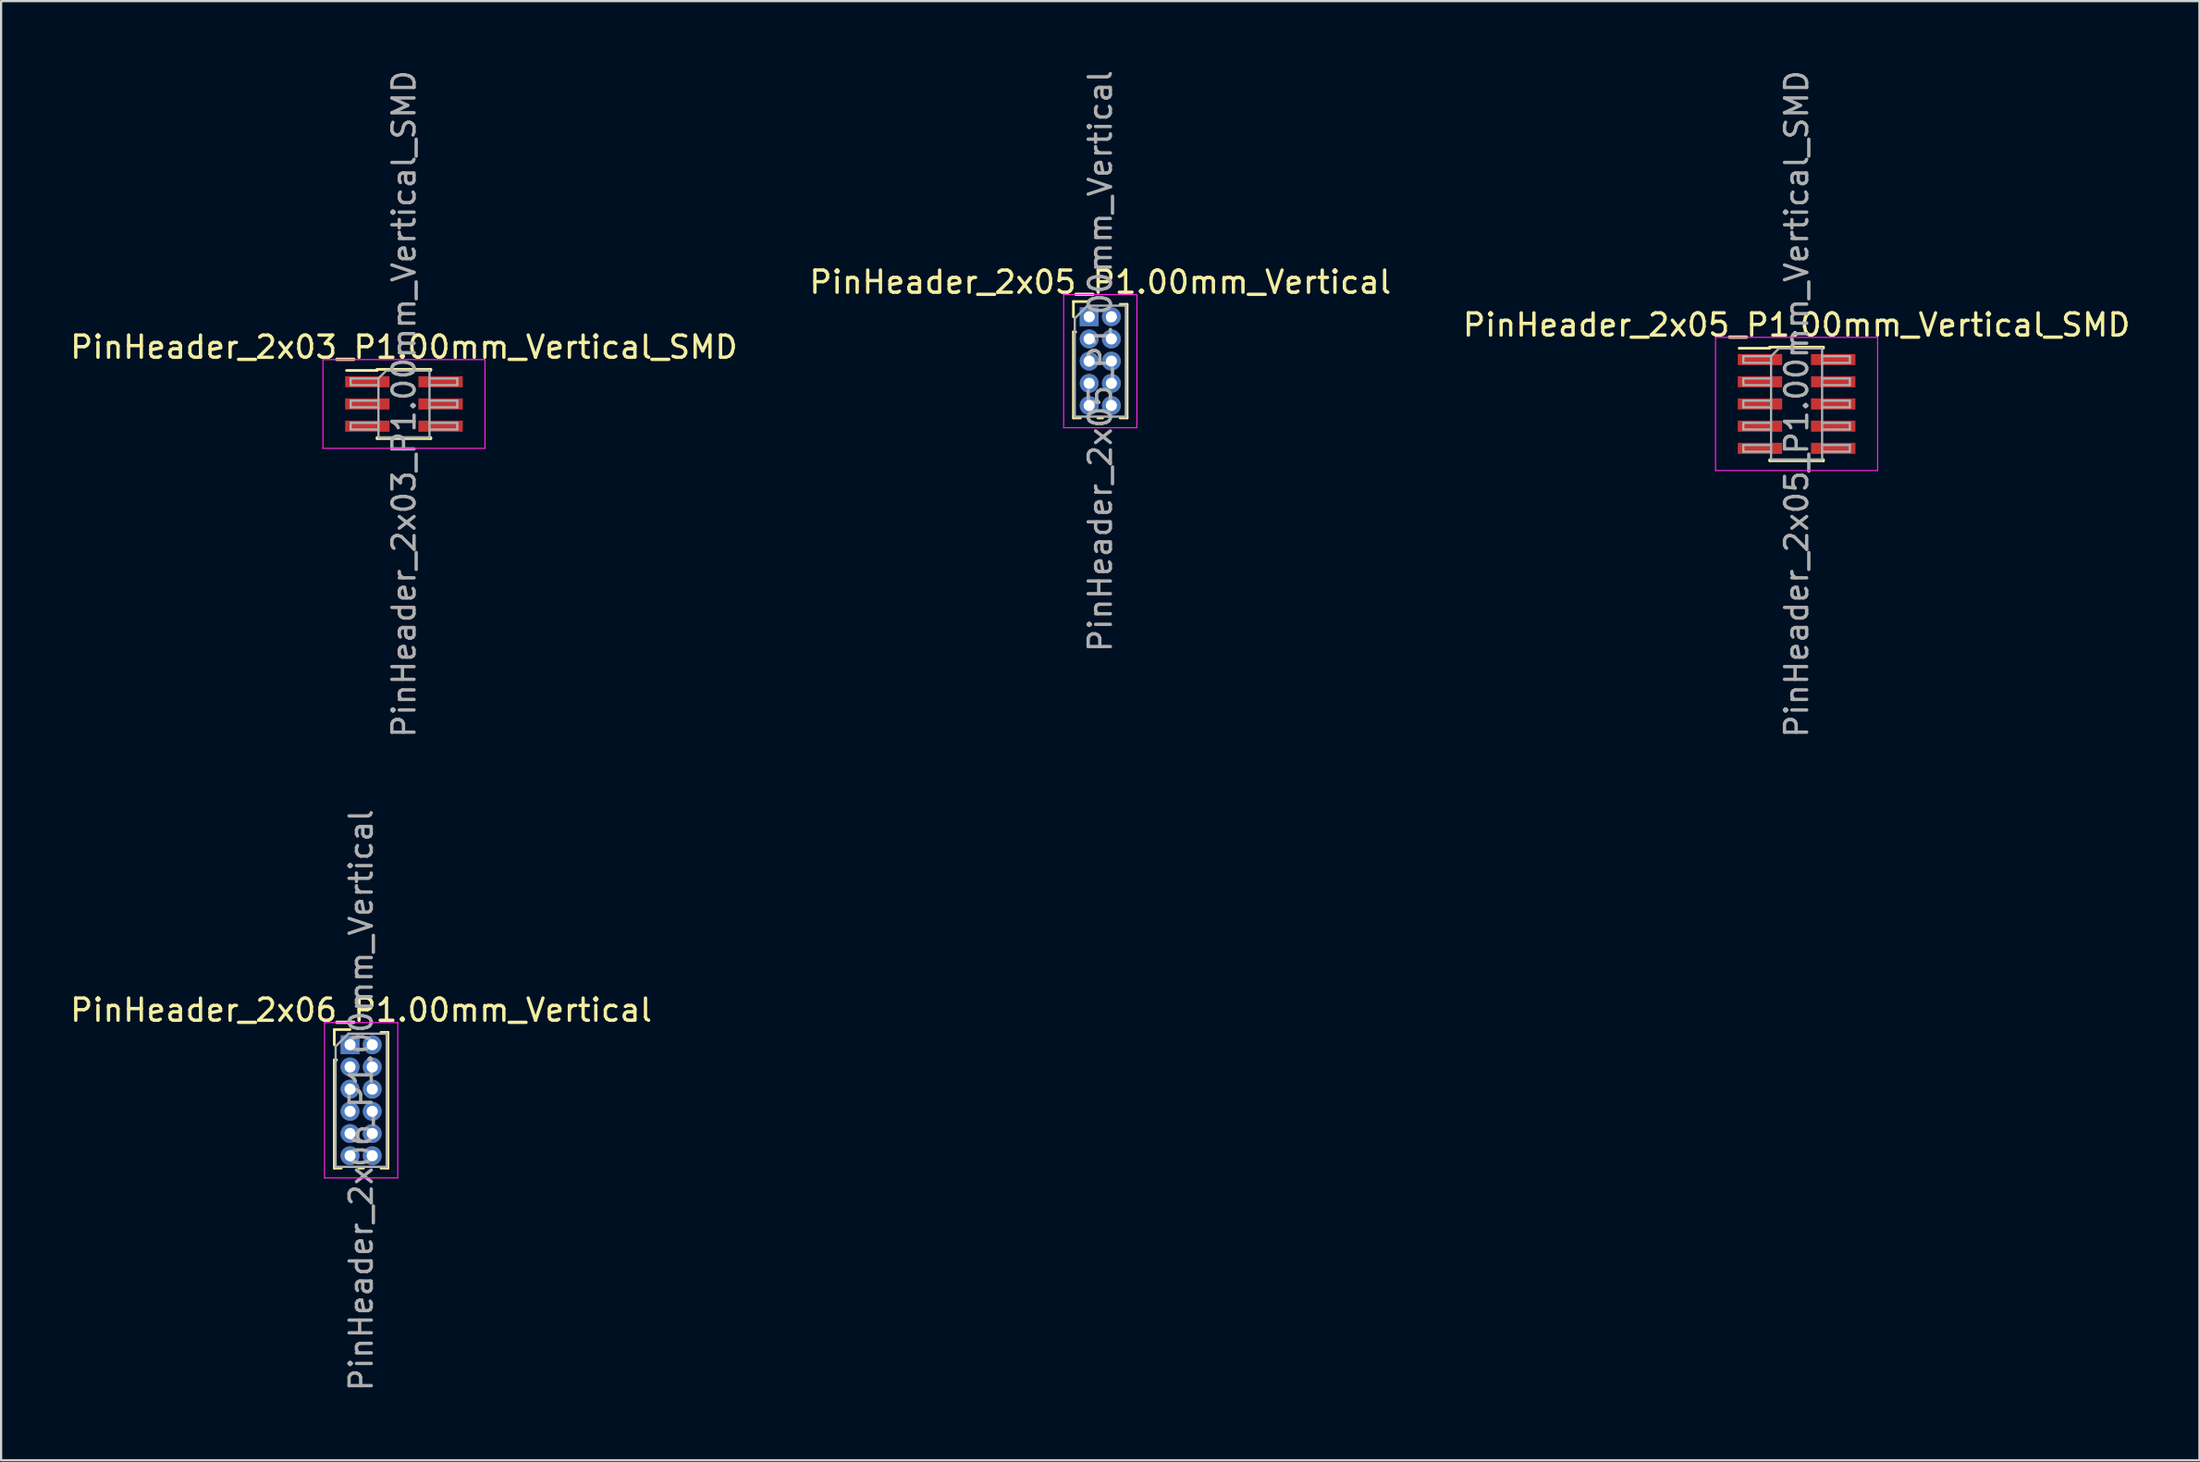
<source format=kicad_pcb>
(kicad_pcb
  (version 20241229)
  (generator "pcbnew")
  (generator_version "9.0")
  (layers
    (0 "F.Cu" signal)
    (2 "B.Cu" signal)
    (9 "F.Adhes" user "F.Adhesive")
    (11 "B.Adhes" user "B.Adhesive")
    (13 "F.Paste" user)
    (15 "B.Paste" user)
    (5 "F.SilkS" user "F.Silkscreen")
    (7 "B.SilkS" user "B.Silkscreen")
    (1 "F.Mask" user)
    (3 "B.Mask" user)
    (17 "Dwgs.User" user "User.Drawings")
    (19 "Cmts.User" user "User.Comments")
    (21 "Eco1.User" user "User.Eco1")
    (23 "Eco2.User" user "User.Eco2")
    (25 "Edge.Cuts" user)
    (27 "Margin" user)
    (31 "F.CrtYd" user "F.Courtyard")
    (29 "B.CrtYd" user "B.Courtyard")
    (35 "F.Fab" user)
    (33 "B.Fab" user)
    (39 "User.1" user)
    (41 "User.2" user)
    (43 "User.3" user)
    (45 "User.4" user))
  (footprint "PinHeader_2x03_P1.00mm_Vertical_SMD"
    (layer "F.Cu")
    (at 15.149 15.149)
    (property "Reference" "PinHeader_2x03_P1.00mm_Vertical_SMD" (at 0 -2.56 0) (layer "F.SilkS") (effects (font (size 1 1) (thickness 0.15))))
    (attr smd)
    (fp_line (start -2.59 -1.51) (end -1.21 -1.51) (stroke (width 0.12) (type solid)) (layer "F.SilkS"))
    (fp_line (start -1.21 -1.56) (end -1.21 -1.51) (stroke (width 0.12) (type solid)) (layer "F.SilkS"))
    (fp_line (start -1.21 -1.56) (end 1.21 -1.56) (stroke (width 0.12) (type solid)) (layer "F.SilkS"))
    (fp_line (start -1.21 1.51) (end -1.21 1.56) (stroke (width 0.12) (type solid)) (layer "F.SilkS"))
    (fp_line (start -1.21 1.56) (end 1.21 1.56) (stroke (width 0.12) (type solid)) (layer "F.SilkS"))
    (fp_line (start 1.21 -1.56) (end 1.21 -1.51) (stroke (width 0.12) (type solid)) (layer "F.SilkS"))
    (fp_line (start 1.21 1.51) (end 1.21 1.56) (stroke (width 0.12) (type solid)) (layer "F.SilkS"))
    (fp_line (start -3.65 -2) (end -3.65 2) (stroke (width 0.05) (type solid)) (layer "F.CrtYd"))
    (fp_line (start -3.65 2) (end 3.65 2) (stroke (width 0.05) (type solid)) (layer "F.CrtYd"))
    (fp_line (start 3.65 -2) (end -3.65 -2) (stroke (width 0.05) (type solid)) (layer "F.CrtYd"))
    (fp_line (start 3.65 2) (end 3.65 -2) (stroke (width 0.05) (type solid)) (layer "F.CrtYd"))
    (fp_line (start -2.4 -1.15) (end -2.4 -0.85) (stroke (width 0.1) (type solid)) (layer "F.Fab"))
    (fp_line (start -2.4 -0.85) (end -1.15 -0.85) (stroke (width 0.1) (type solid)) (layer "F.Fab"))
    (fp_line (start -2.4 -0.15) (end -2.4 0.15) (stroke (width 0.1) (type solid)) (layer "F.Fab"))
    (fp_line (start -2.4 0.15) (end -1.15 0.15) (stroke (width 0.1) (type solid)) (layer "F.Fab"))
    (fp_line (start -2.4 0.85) (end -2.4 1.15) (stroke (width 0.1) (type solid)) (layer "F.Fab"))
    (fp_line (start -2.4 1.15) (end -1.15 1.15) (stroke (width 0.1) (type solid)) (layer "F.Fab"))
    (fp_line (start -1.15 -1.15) (end -2.4 -1.15) (stroke (width 0.1) (type solid)) (layer "F.Fab"))
    (fp_line (start -1.15 -1.15) (end -0.8 -1.5) (stroke (width 0.1) (type solid)) (layer "F.Fab"))
    (fp_line (start -1.15 -0.15) (end -2.4 -0.15) (stroke (width 0.1) (type solid)) (layer "F.Fab"))
    (fp_line (start -1.15 0.85) (end -2.4 0.85) (stroke (width 0.1) (type solid)) (layer "F.Fab"))
    (fp_line (start -1.15 1.5) (end -1.15 -1.15) (stroke (width 0.1) (type solid)) (layer "F.Fab"))
    (fp_line (start -0.8 -1.5) (end 1.15 -1.5) (stroke (width 0.1) (type solid)) (layer "F.Fab"))
    (fp_line (start 1.15 -1.5) (end 1.15 1.5) (stroke (width 0.1) (type solid)) (layer "F.Fab"))
    (fp_line (start 1.15 -1.15) (end 2.4 -1.15) (stroke (width 0.1) (type solid)) (layer "F.Fab"))
    (fp_line (start 1.15 -0.15) (end 2.4 -0.15) (stroke (width 0.1) (type solid)) (layer "F.Fab"))
    (fp_line (start 1.15 0.85) (end 2.4 0.85) (stroke (width 0.1) (type solid)) (layer "F.Fab"))
    (fp_line (start 1.15 1.5) (end -1.15 1.5) (stroke (width 0.1) (type solid)) (layer "F.Fab"))
    (fp_line (start 2.4 -1.15) (end 2.4 -0.85) (stroke (width 0.1) (type solid)) (layer "F.Fab"))
    (fp_line (start 2.4 -0.85) (end 1.15 -0.85) (stroke (width 0.1) (type solid)) (layer "F.Fab"))
    (fp_line (start 2.4 -0.15) (end 2.4 0.15) (stroke (width 0.1) (type solid)) (layer "F.Fab"))
    (fp_line (start 2.4 0.15) (end 1.15 0.15) (stroke (width 0.1) (type solid)) (layer "F.Fab"))
    (fp_line (start 2.4 0.85) (end 2.4 1.15) (stroke (width 0.1) (type solid)) (layer "F.Fab"))
    (fp_line (start 2.4 1.15) (end 1.15 1.15) (stroke (width 0.1) (type solid)) (layer "F.Fab"))
    (fp_text user "${REFERENCE}" (at 0 0 90) (layer "F.Fab") (effects (font (size 1 1) (thickness 0.15))))
    (pad "1" smd rect (at -1.65 -1) (size 2 0.5) (layers "F.Cu" "F.Mask" "F.Paste"))
    (pad "2" smd rect (at 1.65 -1) (size 2 0.5) (layers "F.Cu" "F.Mask" "F.Paste"))
    (pad "3" smd rect (at -1.65 0) (size 2 0.5) (layers "F.Cu" "F.Mask" "F.Paste"))
    (pad "4" smd rect (at 1.65 0) (size 2 0.5) (layers "F.Cu" "F.Mask" "F.Paste"))
    (pad "5" smd rect (at -1.65 1) (size 2 0.5) (layers "F.Cu" "F.Mask" "F.Paste"))
    (pad "6" smd rect (at 1.65 1) (size 2 0.5) (layers "F.Cu" "F.Mask" "F.Paste")))
  (footprint "PinHeader_2x06_P1.00mm_Vertical"
    (layer "F.Cu")
    (at 12.72 44.018)
    (property "Reference" "PinHeader_2x06_P1.00mm_Vertical" (at 0.5 -1.56 0) (layer "F.SilkS") (effects (font (size 1 1) (thickness 0.15))))
    (attr through_hole)
    (fp_line (start -0.71 -0.685) (end 0 -0.685) (stroke (width 0.12) (type solid)) (layer "F.SilkS"))
    (fp_line (start -0.71 0) (end -0.71 -0.685) (stroke (width 0.12) (type solid)) (layer "F.SilkS"))
    (fp_line (start -0.71 0.685) (end -0.71 5.56) (stroke (width 0.12) (type solid)) (layer "F.SilkS"))
    (fp_line (start -0.71 0.685) (end -0.608 0.685) (stroke (width 0.12) (type solid)) (layer "F.SilkS"))
    (fp_line (start -0.71 5.56) (end -0.394 5.56) (stroke (width 0.12) (type solid)) (layer "F.SilkS"))
    (fp_line (start 0.394 5.56) (end 0.606 5.56) (stroke (width 0.12) (type solid)) (layer "F.SilkS"))
    (fp_line (start 1.394 -0.56) (end 1.71 -0.56) (stroke (width 0.12) (type solid)) (layer "F.SilkS"))
    (fp_line (start 1.394 5.56) (end 1.71 5.56) (stroke (width 0.12) (type solid)) (layer "F.SilkS"))
    (fp_line (start 1.71 -0.56) (end 1.71 5.56) (stroke (width 0.12) (type solid)) (layer "F.SilkS"))
    (fp_line (start -1.15 -1) (end -1.15 6) (stroke (width 0.05) (type solid)) (layer "F.CrtYd"))
    (fp_line (start -1.15 6) (end 2.15 6) (stroke (width 0.05) (type solid)) (layer "F.CrtYd"))
    (fp_line (start 2.15 -1) (end -1.15 -1) (stroke (width 0.05) (type solid)) (layer "F.CrtYd"))
    (fp_line (start 2.15 6) (end 2.15 -1) (stroke (width 0.05) (type solid)) (layer "F.CrtYd"))
    (fp_line (start -0.65 0.075) (end -0.075 -0.5) (stroke (width 0.1) (type solid)) (layer "F.Fab"))
    (fp_line (start -0.65 5.5) (end -0.65 0.075) (stroke (width 0.1) (type solid)) (layer "F.Fab"))
    (fp_line (start -0.075 -0.5) (end 1.65 -0.5) (stroke (width 0.1) (type solid)) (layer "F.Fab"))
    (fp_line (start 1.65 -0.5) (end 1.65 5.5) (stroke (width 0.1) (type solid)) (layer "F.Fab"))
    (fp_line (start 1.65 5.5) (end -0.65 5.5) (stroke (width 0.1) (type solid)) (layer "F.Fab"))
    (fp_text user "${REFERENCE}" (at 0.5 2.5 90) (layer "F.Fab") (effects (font (size 1 1) (thickness 0.15))))
    (pad "1" thru_hole rect (at 0 0) (size 0.85 0.85) (drill 0.5) (layers "*.Cu" "*.Mask"))
    (pad "2" thru_hole oval (at 1 0) (size 0.85 0.85) (drill 0.5) (layers "*.Cu" "*.Mask"))
    (pad "3" thru_hole oval (at 0 1) (size 0.85 0.85) (drill 0.5) (layers "*.Cu" "*.Mask"))
    (pad "4" thru_hole oval (at 1 1) (size 0.85 0.85) (drill 0.5) (layers "*.Cu" "*.Mask"))
    (pad "5" thru_hole oval (at 0 2) (size 0.85 0.85) (drill 0.5) (layers "*.Cu" "*.Mask"))
    (pad "6" thru_hole oval (at 1 2) (size 0.85 0.85) (drill 0.5) (layers "*.Cu" "*.Mask"))
    (pad "7" thru_hole oval (at 0 3) (size 0.85 0.85) (drill 0.5) (layers "*.Cu" "*.Mask"))
    (pad "8" thru_hole oval (at 1 3) (size 0.85 0.85) (drill 0.5) (layers "*.Cu" "*.Mask"))
    (pad "9" thru_hole oval (at 0 4) (size 0.85 0.85) (drill 0.5) (layers "*.Cu" "*.Mask"))
    (pad "10" thru_hole oval (at 1 4) (size 0.85 0.85) (drill 0.5) (layers "*.Cu" "*.Mask"))
    (pad "11" thru_hole oval (at 0 5) (size 0.85 0.85) (drill 0.5) (layers "*.Cu" "*.Mask"))
    (pad "12" thru_hole oval (at 1 5) (size 0.85 0.85) (drill 0.5) (layers "*.Cu" "*.Mask")))
  (footprint "PinHeader_2x05_P1.00mm_Vertical_SMD"
    (layer "F.Cu")
    (at 77.887 15.149)
    (property "Reference" "PinHeader_2x05_P1.00mm_Vertical_SMD" (at 0 -3.56 0) (layer "F.SilkS") (effects (font (size 1 1) (thickness 0.15))))
    (attr smd)
    (fp_line (start -2.59 -2.51) (end -1.21 -2.51) (stroke (width 0.12) (type solid)) (layer "F.SilkS"))
    (fp_line (start -1.21 -2.56) (end -1.21 -2.51) (stroke (width 0.12) (type solid)) (layer "F.SilkS"))
    (fp_line (start -1.21 -2.56) (end 1.21 -2.56) (stroke (width 0.12) (type solid)) (layer "F.SilkS"))
    (fp_line (start -1.21 2.51) (end -1.21 2.56) (stroke (width 0.12) (type solid)) (layer "F.SilkS"))
    (fp_line (start -1.21 2.56) (end 1.21 2.56) (stroke (width 0.12) (type solid)) (layer "F.SilkS"))
    (fp_line (start 1.21 -2.56) (end 1.21 -2.51) (stroke (width 0.12) (type solid)) (layer "F.SilkS"))
    (fp_line (start 1.21 2.51) (end 1.21 2.56) (stroke (width 0.12) (type solid)) (layer "F.SilkS"))
    (fp_line (start -3.65 -3) (end -3.65 3) (stroke (width 0.05) (type solid)) (layer "F.CrtYd"))
    (fp_line (start -3.65 3) (end 3.65 3) (stroke (width 0.05) (type solid)) (layer "F.CrtYd"))
    (fp_line (start 3.65 -3) (end -3.65 -3) (stroke (width 0.05) (type solid)) (layer "F.CrtYd"))
    (fp_line (start 3.65 3) (end 3.65 -3) (stroke (width 0.05) (type solid)) (layer "F.CrtYd"))
    (fp_line (start -2.4 -2.15) (end -2.4 -1.85) (stroke (width 0.1) (type solid)) (layer "F.Fab"))
    (fp_line (start -2.4 -1.85) (end -1.15 -1.85) (stroke (width 0.1) (type solid)) (layer "F.Fab"))
    (fp_line (start -2.4 -1.15) (end -2.4 -0.85) (stroke (width 0.1) (type solid)) (layer "F.Fab"))
    (fp_line (start -2.4 -0.85) (end -1.15 -0.85) (stroke (width 0.1) (type solid)) (layer "F.Fab"))
    (fp_line (start -2.4 -0.15) (end -2.4 0.15) (stroke (width 0.1) (type solid)) (layer "F.Fab"))
    (fp_line (start -2.4 0.15) (end -1.15 0.15) (stroke (width 0.1) (type solid)) (layer "F.Fab"))
    (fp_line (start -2.4 0.85) (end -2.4 1.15) (stroke (width 0.1) (type solid)) (layer "F.Fab"))
    (fp_line (start -2.4 1.15) (end -1.15 1.15) (stroke (width 0.1) (type solid)) (layer "F.Fab"))
    (fp_line (start -2.4 1.85) (end -2.4 2.15) (stroke (width 0.1) (type solid)) (layer "F.Fab"))
    (fp_line (start -2.4 2.15) (end -1.15 2.15) (stroke (width 0.1) (type solid)) (layer "F.Fab"))
    (fp_line (start -1.15 -2.15) (end -2.4 -2.15) (stroke (width 0.1) (type solid)) (layer "F.Fab"))
    (fp_line (start -1.15 -2.15) (end -0.8 -2.5) (stroke (width 0.1) (type solid)) (layer "F.Fab"))
    (fp_line (start -1.15 -1.15) (end -2.4 -1.15) (stroke (width 0.1) (type solid)) (layer "F.Fab"))
    (fp_line (start -1.15 -0.15) (end -2.4 -0.15) (stroke (width 0.1) (type solid)) (layer "F.Fab"))
    (fp_line (start -1.15 0.85) (end -2.4 0.85) (stroke (width 0.1) (type solid)) (layer "F.Fab"))
    (fp_line (start -1.15 1.85) (end -2.4 1.85) (stroke (width 0.1) (type solid)) (layer "F.Fab"))
    (fp_line (start -1.15 2.5) (end -1.15 -2.15) (stroke (width 0.1) (type solid)) (layer "F.Fab"))
    (fp_line (start -0.8 -2.5) (end 1.15 -2.5) (stroke (width 0.1) (type solid)) (layer "F.Fab"))
    (fp_line (start 1.15 -2.5) (end 1.15 2.5) (stroke (width 0.1) (type solid)) (layer "F.Fab"))
    (fp_line (start 1.15 -2.15) (end 2.4 -2.15) (stroke (width 0.1) (type solid)) (layer "F.Fab"))
    (fp_line (start 1.15 -1.15) (end 2.4 -1.15) (stroke (width 0.1) (type solid)) (layer "F.Fab"))
    (fp_line (start 1.15 -0.15) (end 2.4 -0.15) (stroke (width 0.1) (type solid)) (layer "F.Fab"))
    (fp_line (start 1.15 0.85) (end 2.4 0.85) (stroke (width 0.1) (type solid)) (layer "F.Fab"))
    (fp_line (start 1.15 1.85) (end 2.4 1.85) (stroke (width 0.1) (type solid)) (layer "F.Fab"))
    (fp_line (start 1.15 2.5) (end -1.15 2.5) (stroke (width 0.1) (type solid)) (layer "F.Fab"))
    (fp_line (start 2.4 -2.15) (end 2.4 -1.85) (stroke (width 0.1) (type solid)) (layer "F.Fab"))
    (fp_line (start 2.4 -1.85) (end 1.15 -1.85) (stroke (width 0.1) (type solid)) (layer "F.Fab"))
    (fp_line (start 2.4 -1.15) (end 2.4 -0.85) (stroke (width 0.1) (type solid)) (layer "F.Fab"))
    (fp_line (start 2.4 -0.85) (end 1.15 -0.85) (stroke (width 0.1) (type solid)) (layer "F.Fab"))
    (fp_line (start 2.4 -0.15) (end 2.4 0.15) (stroke (width 0.1) (type solid)) (layer "F.Fab"))
    (fp_line (start 2.4 0.15) (end 1.15 0.15) (stroke (width 0.1) (type solid)) (layer "F.Fab"))
    (fp_line (start 2.4 0.85) (end 2.4 1.15) (stroke (width 0.1) (type solid)) (layer "F.Fab"))
    (fp_line (start 2.4 1.15) (end 1.15 1.15) (stroke (width 0.1) (type solid)) (layer "F.Fab"))
    (fp_line (start 2.4 1.85) (end 2.4 2.15) (stroke (width 0.1) (type solid)) (layer "F.Fab"))
    (fp_line (start 2.4 2.15) (end 1.15 2.15) (stroke (width 0.1) (type solid)) (layer "F.Fab"))
    (fp_text user "${REFERENCE}" (at 0 0 90) (layer "F.Fab") (effects (font (size 1 1) (thickness 0.15))))
    (pad "1" smd rect (at -1.65 -2) (size 2 0.5) (layers "F.Cu" "F.Mask" "F.Paste"))
    (pad "2" smd rect (at 1.65 -2) (size 2 0.5) (layers "F.Cu" "F.Mask" "F.Paste"))
    (pad "3" smd rect (at -1.65 -1) (size 2 0.5) (layers "F.Cu" "F.Mask" "F.Paste"))
    (pad "4" smd rect (at 1.65 -1) (size 2 0.5) (layers "F.Cu" "F.Mask" "F.Paste"))
    (pad "5" smd rect (at -1.65 0) (size 2 0.5) (layers "F.Cu" "F.Mask" "F.Paste"))
    (pad "6" smd rect (at 1.65 0) (size 2 0.5) (layers "F.Cu" "F.Mask" "F.Paste"))
    (pad "7" smd rect (at -1.65 1) (size 2 0.5) (layers "F.Cu" "F.Mask" "F.Paste"))
    (pad "8" smd rect (at 1.65 1) (size 2 0.5) (layers "F.Cu" "F.Mask" "F.Paste"))
    (pad "9" smd rect (at -1.65 2) (size 2 0.5) (layers "F.Cu" "F.Mask" "F.Paste"))
    (pad "10" smd rect (at 1.65 2) (size 2 0.5) (layers "F.Cu" "F.Mask" "F.Paste")))
  (footprint "PinHeader_2x05_P1.00mm_Vertical"
    (layer "F.Cu")
    (at 46.018 11.22)
    (property "Reference" "PinHeader_2x05_P1.00mm_Vertical" (at 0.5 -1.56 0) (layer "F.SilkS") (effects (font (size 1 1) (thickness 0.15))))
    (attr through_hole)
    (fp_line (start -0.71 -0.685) (end 0 -0.685) (stroke (width 0.12) (type solid)) (layer "F.SilkS"))
    (fp_line (start -0.71 0) (end -0.71 -0.685) (stroke (width 0.12) (type solid)) (layer "F.SilkS"))
    (fp_line (start -0.71 0.685) (end -0.71 4.56) (stroke (width 0.12) (type solid)) (layer "F.SilkS"))
    (fp_line (start -0.71 0.685) (end -0.608 0.685) (stroke (width 0.12) (type solid)) (layer "F.SilkS"))
    (fp_line (start -0.71 4.56) (end -0.394 4.56) (stroke (width 0.12) (type solid)) (layer "F.SilkS"))
    (fp_line (start 0.394 4.56) (end 0.606 4.56) (stroke (width 0.12) (type solid)) (layer "F.SilkS"))
    (fp_line (start 1.394 -0.56) (end 1.71 -0.56) (stroke (width 0.12) (type solid)) (layer "F.SilkS"))
    (fp_line (start 1.394 4.56) (end 1.71 4.56) (stroke (width 0.12) (type solid)) (layer "F.SilkS"))
    (fp_line (start 1.71 -0.56) (end 1.71 4.56) (stroke (width 0.12) (type solid)) (layer "F.SilkS"))
    (fp_line (start -1.15 -1) (end -1.15 5) (stroke (width 0.05) (type solid)) (layer "F.CrtYd"))
    (fp_line (start -1.15 5) (end 2.15 5) (stroke (width 0.05) (type solid)) (layer "F.CrtYd"))
    (fp_line (start 2.15 -1) (end -1.15 -1) (stroke (width 0.05) (type solid)) (layer "F.CrtYd"))
    (fp_line (start 2.15 5) (end 2.15 -1) (stroke (width 0.05) (type solid)) (layer "F.CrtYd"))
    (fp_line (start -0.65 0.075) (end -0.075 -0.5) (stroke (width 0.1) (type solid)) (layer "F.Fab"))
    (fp_line (start -0.65 4.5) (end -0.65 0.075) (stroke (width 0.1) (type solid)) (layer "F.Fab"))
    (fp_line (start -0.075 -0.5) (end 1.65 -0.5) (stroke (width 0.1) (type solid)) (layer "F.Fab"))
    (fp_line (start 1.65 -0.5) (end 1.65 4.5) (stroke (width 0.1) (type solid)) (layer "F.Fab"))
    (fp_line (start 1.65 4.5) (end -0.65 4.5) (stroke (width 0.1) (type solid)) (layer "F.Fab"))
    (fp_text user "${REFERENCE}" (at 0.5 2 90) (layer "F.Fab") (effects (font (size 1 1) (thickness 0.15))))
    (pad "1" thru_hole rect (at 0 0) (size 0.85 0.85) (drill 0.5) (layers "*.Cu" "*.Mask"))
    (pad "2" thru_hole oval (at 1 0) (size 0.85 0.85) (drill 0.5) (layers "*.Cu" "*.Mask"))
    (pad "3" thru_hole oval (at 0 1) (size 0.85 0.85) (drill 0.5) (layers "*.Cu" "*.Mask"))
    (pad "4" thru_hole oval (at 1 1) (size 0.85 0.85) (drill 0.5) (layers "*.Cu" "*.Mask"))
    (pad "5" thru_hole oval (at 0 2) (size 0.85 0.85) (drill 0.5) (layers "*.Cu" "*.Mask"))
    (pad "6" thru_hole oval (at 1 2) (size 0.85 0.85) (drill 0.5) (layers "*.Cu" "*.Mask"))
    (pad "7" thru_hole oval (at 0 3) (size 0.85 0.85) (drill 0.5) (layers "*.Cu" "*.Mask"))
    (pad "8" thru_hole oval (at 1 3) (size 0.85 0.85) (drill 0.5) (layers "*.Cu" "*.Mask"))
    (pad "9" thru_hole oval (at 0 4) (size 0.85 0.85) (drill 0.5) (layers "*.Cu" "*.Mask"))
    (pad "10" thru_hole oval (at 1 4) (size 0.85 0.85) (drill 0.5) (layers "*.Cu" "*.Mask")))
  (gr_rect
    (start -3 -3)
    (end 96.036 62.738)
    (stroke (width 0.1) (type default))
    (fill no)
    (layer "Edge.Cuts")))
</source>
